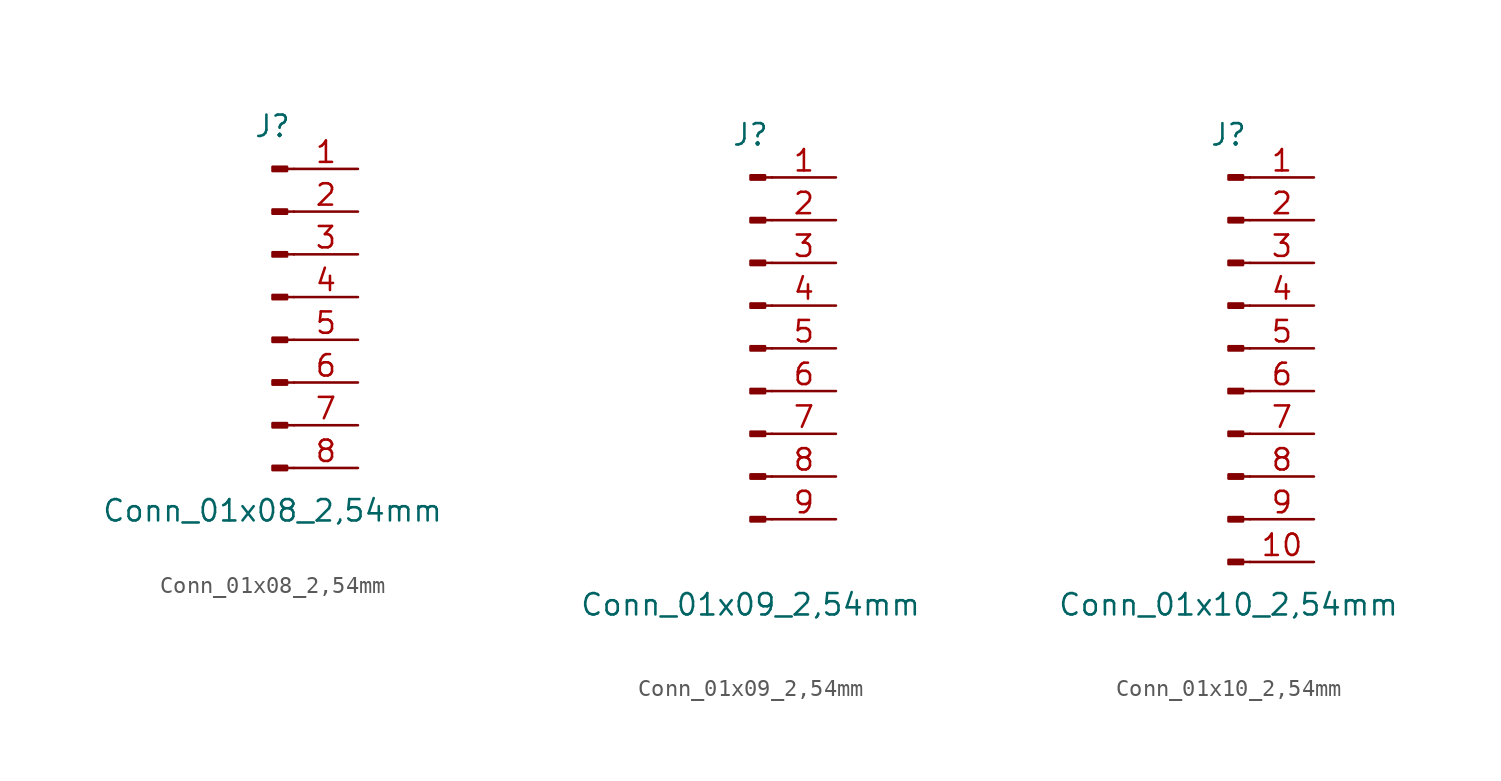
<source format=kicad_sym>
(kicad_symbol_lib
  (version 20211014)
  (generator kicad_symbol_editor)
  (symbol "Conn_01x08_2,54mm"
    (pin_names
      (offset 1.016) hide)
    (property "Reference" "J"
      (at 0 12.7 0)
      (effects (font (size 1.27 1.27))))
    (property "Value" "Conn_01x08_2,54mm"
      (at 0 -10.16 0)
      (effects (font (size 1.27 1.27))))
    (symbol "Conn_01x08_2,54mm_1_1"
      (polyline (pts (xy 1.27 -7.62) (xy 0.864 -7.62)) (stroke (width 0.152) (type default) (color 0 0 0 0)) (fill (type none)))
      (polyline (pts (xy 1.27 -5.08) (xy 0.864 -5.08)) (stroke (width 0.152) (type default) (color 0 0 0 0)) (fill (type none)))
      (polyline (pts (xy 1.27 -2.54) (xy 0.864 -2.54)) (stroke (width 0.152) (type default) (color 0 0 0 0)) (fill (type none)))
      (polyline (pts (xy 1.27 0) (xy 0.864 0)) (stroke (width 0.152) (type default) (color 0 0 0 0)) (fill (type none)))
      (polyline (pts (xy 1.27 2.54) (xy 0.864 2.54)) (stroke (width 0.152) (type default) (color 0 0 0 0)) (fill (type none)))
      (polyline (pts (xy 1.27 5.08) (xy 0.864 5.08)) (stroke (width 0.152) (type default) (color 0 0 0 0)) (fill (type none)))
      (polyline (pts (xy 1.27 7.62) (xy 0.864 7.62)) (stroke (width 0.152) (type default) (color 0 0 0 0)) (fill (type none)))
      (polyline (pts (xy 1.27 10.16) (xy 0.864 10.16)) (stroke (width 0.152) (type default) (color 0 0 0 0)) (fill (type none)))
      (rectangle (start 0.864 -7.493) (end 0 -7.747) (stroke (width 0.152) (type default) (color 0 0 0 0)) (fill (type outline)))
      (rectangle (start 0.864 -4.953) (end 0 -5.207) (stroke (width 0.152) (type default) (color 0 0 0 0)) (fill (type outline)))
      (rectangle (start 0.864 -2.413) (end 0 -2.667) (stroke (width 0.152) (type default) (color 0 0 0 0)) (fill (type outline)))
      (rectangle (start 0.864 0.127) (end 0 -0.127) (stroke (width 0.152) (type default) (color 0 0 0 0)) (fill (type outline)))
      (rectangle (start 0.864 2.667) (end 0 2.413) (stroke (width 0.152) (type default) (color 0 0 0 0)) (fill (type outline)))
      (rectangle (start 0.864 5.207) (end 0 4.953) (stroke (width 0.152) (type default) (color 0 0 0 0)) (fill (type outline)))
      (rectangle (start 0.864 7.747) (end 0 7.493) (stroke (width 0.152) (type default) (color 0 0 0 0)) (fill (type outline)))
      (rectangle (start 0.864 10.287) (end 0 10.033) (stroke (width 0.152) (type default) (color 0 0 0 0)) (fill (type outline)))
      (pin passive line (at 5.08 10.16 180) (length 3.81) (name "Pin_1" (effects (font (size 1.27 1.27)))) (number "1" (effects (font (size 1.27 1.27)))))
      (pin passive line (at 5.08 7.62 180) (length 3.81) (name "Pin_2" (effects (font (size 1.27 1.27)))) (number "2" (effects (font (size 1.27 1.27)))))
      (pin passive line (at 5.08 5.08 180) (length 3.81) (name "Pin_3" (effects (font (size 1.27 1.27)))) (number "3" (effects (font (size 1.27 1.27)))))
      (pin passive line (at 5.08 2.54 180) (length 3.81) (name "Pin_4" (effects (font (size 1.27 1.27)))) (number "4" (effects (font (size 1.27 1.27)))))
      (pin passive line (at 5.08 0 180) (length 3.81) (name "Pin_5" (effects (font (size 1.27 1.27)))) (number "5" (effects (font (size 1.27 1.27)))))
      (pin passive line (at 5.08 -2.54 180) (length 3.81) (name "Pin_6" (effects (font (size 1.27 1.27)))) (number "6" (effects (font (size 1.27 1.27)))))
      (pin passive line (at 5.08 -5.08 180) (length 3.81) (name "Pin_7" (effects (font (size 1.27 1.27)))) (number "7" (effects (font (size 1.27 1.27)))))
      (pin passive line (at 5.08 -7.62 180) (length 3.81) (name "Pin_8" (effects (font (size 1.27 1.27)))) (number "8" (effects (font (size 1.27 1.27)))))))
  (symbol "Conn_01x09_2,54mm"
    (pin_names
      (offset 1.016) hide)
    (property "Reference" "J"
      (at 0 12.7 0)
      (effects (font (size 1.27 1.27))))
    (property "Value" "Conn_01x09_2,54mm"
      (at 0 -15.24 0)
      (effects (font (size 1.27 1.27))))
    (symbol "Conn_01x09_2,54mm_1_1"
      (polyline (pts (xy 1.27 -10.16) (xy 0.864 -10.16)) (stroke (width 0.152) (type default) (color 0 0 0 0)) (fill (type none)))
      (polyline (pts (xy 1.27 -7.62) (xy 0.864 -7.62)) (stroke (width 0.152) (type default) (color 0 0 0 0)) (fill (type none)))
      (polyline (pts (xy 1.27 -5.08) (xy 0.864 -5.08)) (stroke (width 0.152) (type default) (color 0 0 0 0)) (fill (type none)))
      (polyline (pts (xy 1.27 -2.54) (xy 0.864 -2.54)) (stroke (width 0.152) (type default) (color 0 0 0 0)) (fill (type none)))
      (polyline (pts (xy 1.27 0) (xy 0.864 0)) (stroke (width 0.152) (type default) (color 0 0 0 0)) (fill (type none)))
      (polyline (pts (xy 1.27 2.54) (xy 0.864 2.54)) (stroke (width 0.152) (type default) (color 0 0 0 0)) (fill (type none)))
      (polyline (pts (xy 1.27 5.08) (xy 0.864 5.08)) (stroke (width 0.152) (type default) (color 0 0 0 0)) (fill (type none)))
      (polyline (pts (xy 1.27 7.62) (xy 0.864 7.62)) (stroke (width 0.152) (type default) (color 0 0 0 0)) (fill (type none)))
      (polyline (pts (xy 1.27 10.16) (xy 0.864 10.16)) (stroke (width 0.152) (type default) (color 0 0 0 0)) (fill (type none)))
      (rectangle (start 0.864 -10.033) (end 0 -10.287) (stroke (width 0.152) (type default) (color 0 0 0 0)) (fill (type outline)))
      (rectangle (start 0.864 -7.493) (end 0 -7.747) (stroke (width 0.152) (type default) (color 0 0 0 0)) (fill (type outline)))
      (rectangle (start 0.864 -4.953) (end 0 -5.207) (stroke (width 0.152) (type default) (color 0 0 0 0)) (fill (type outline)))
      (rectangle (start 0.864 -2.413) (end 0 -2.667) (stroke (width 0.152) (type default) (color 0 0 0 0)) (fill (type outline)))
      (rectangle (start 0.864 0.127) (end 0 -0.127) (stroke (width 0.152) (type default) (color 0 0 0 0)) (fill (type outline)))
      (rectangle (start 0.864 2.667) (end 0 2.413) (stroke (width 0.152) (type default) (color 0 0 0 0)) (fill (type outline)))
      (rectangle (start 0.864 5.207) (end 0 4.953) (stroke (width 0.152) (type default) (color 0 0 0 0)) (fill (type outline)))
      (rectangle (start 0.864 7.747) (end 0 7.493) (stroke (width 0.152) (type default) (color 0 0 0 0)) (fill (type outline)))
      (rectangle (start 0.864 10.287) (end 0 10.033) (stroke (width 0.152) (type default) (color 0 0 0 0)) (fill (type outline)))
      (pin passive line (at 5.08 10.16 180) (length 3.81) (name "Pin_1" (effects (font (size 1.27 1.27)))) (number "1" (effects (font (size 1.27 1.27)))))
      (pin passive line (at 5.08 7.62 180) (length 3.81) (name "Pin_2" (effects (font (size 1.27 1.27)))) (number "2" (effects (font (size 1.27 1.27)))))
      (pin passive line (at 5.08 5.08 180) (length 3.81) (name "Pin_3" (effects (font (size 1.27 1.27)))) (number "3" (effects (font (size 1.27 1.27)))))
      (pin passive line (at 5.08 2.54 180) (length 3.81) (name "Pin_4" (effects (font (size 1.27 1.27)))) (number "4" (effects (font (size 1.27 1.27)))))
      (pin passive line (at 5.08 0 180) (length 3.81) (name "Pin_5" (effects (font (size 1.27 1.27)))) (number "5" (effects (font (size 1.27 1.27)))))
      (pin passive line (at 5.08 -2.54 180) (length 3.81) (name "Pin_6" (effects (font (size 1.27 1.27)))) (number "6" (effects (font (size 1.27 1.27)))))
      (pin passive line (at 5.08 -5.08 180) (length 3.81) (name "Pin_7" (effects (font (size 1.27 1.27)))) (number "7" (effects (font (size 1.27 1.27)))))
      (pin passive line (at 5.08 -7.62 180) (length 3.81) (name "Pin_8" (effects (font (size 1.27 1.27)))) (number "8" (effects (font (size 1.27 1.27)))))
      (pin passive line (at 5.08 -10.16 180) (length 3.81) (name "Pin_9" (effects (font (size 1.27 1.27)))) (number "9" (effects (font (size 1.27 1.27)))))))
  (symbol "Conn_01x10_2,54mm"
    (pin_names
      (offset 1.016) hide)
    (property "Reference" "J"
      (at 0 12.7 0)
      (effects (font (size 1.27 1.27))))
    (property "Value" "Conn_01x10_2,54mm"
      (at 0 -15.24 0)
      (effects (font (size 1.27 1.27))))
    (symbol "Conn_01x10_2,54mm_1_1"
      (polyline (pts (xy 1.27 -12.7) (xy 0.864 -12.7)) (stroke (width 0.152) (type default) (color 0 0 0 0)) (fill (type none)))
      (polyline (pts (xy 1.27 -10.16) (xy 0.864 -10.16)) (stroke (width 0.152) (type default) (color 0 0 0 0)) (fill (type none)))
      (polyline (pts (xy 1.27 -7.62) (xy 0.864 -7.62)) (stroke (width 0.152) (type default) (color 0 0 0 0)) (fill (type none)))
      (polyline (pts (xy 1.27 -5.08) (xy 0.864 -5.08)) (stroke (width 0.152) (type default) (color 0 0 0 0)) (fill (type none)))
      (polyline (pts (xy 1.27 -2.54) (xy 0.864 -2.54)) (stroke (width 0.152) (type default) (color 0 0 0 0)) (fill (type none)))
      (polyline (pts (xy 1.27 0) (xy 0.864 0)) (stroke (width 0.152) (type default) (color 0 0 0 0)) (fill (type none)))
      (polyline (pts (xy 1.27 2.54) (xy 0.864 2.54)) (stroke (width 0.152) (type default) (color 0 0 0 0)) (fill (type none)))
      (polyline (pts (xy 1.27 5.08) (xy 0.864 5.08)) (stroke (width 0.152) (type default) (color 0 0 0 0)) (fill (type none)))
      (polyline (pts (xy 1.27 7.62) (xy 0.864 7.62)) (stroke (width 0.152) (type default) (color 0 0 0 0)) (fill (type none)))
      (polyline (pts (xy 1.27 10.16) (xy 0.864 10.16)) (stroke (width 0.152) (type default) (color 0 0 0 0)) (fill (type none)))
      (rectangle (start 0.864 -12.573) (end 0 -12.827) (stroke (width 0.152) (type default) (color 0 0 0 0)) (fill (type outline)))
      (rectangle (start 0.864 -10.033) (end 0 -10.287) (stroke (width 0.152) (type default) (color 0 0 0 0)) (fill (type outline)))
      (rectangle (start 0.864 -7.493) (end 0 -7.747) (stroke (width 0.152) (type default) (color 0 0 0 0)) (fill (type outline)))
      (rectangle (start 0.864 -4.953) (end 0 -5.207) (stroke (width 0.152) (type default) (color 0 0 0 0)) (fill (type outline)))
      (rectangle (start 0.864 -2.413) (end 0 -2.667) (stroke (width 0.152) (type default) (color 0 0 0 0)) (fill (type outline)))
      (rectangle (start 0.864 0.127) (end 0 -0.127) (stroke (width 0.152) (type default) (color 0 0 0 0)) (fill (type outline)))
      (rectangle (start 0.864 2.667) (end 0 2.413) (stroke (width 0.152) (type default) (color 0 0 0 0)) (fill (type outline)))
      (rectangle (start 0.864 5.207) (end 0 4.953) (stroke (width 0.152) (type default) (color 0 0 0 0)) (fill (type outline)))
      (rectangle (start 0.864 7.747) (end 0 7.493) (stroke (width 0.152) (type default) (color 0 0 0 0)) (fill (type outline)))
      (rectangle (start 0.864 10.287) (end 0 10.033) (stroke (width 0.152) (type default) (color 0 0 0 0)) (fill (type outline)))
      (pin passive line (at 5.08 10.16 180) (length 3.81) (name "Pin_1" (effects (font (size 1.27 1.27)))) (number "1" (effects (font (size 1.27 1.27)))))
      (pin passive line (at 5.08 -12.7 180) (length 3.81) (name "Pin_10" (effects (font (size 1.27 1.27)))) (number "10" (effects (font (size 1.27 1.27)))))
      (pin passive line (at 5.08 7.62 180) (length 3.81) (name "Pin_2" (effects (font (size 1.27 1.27)))) (number "2" (effects (font (size 1.27 1.27)))))
      (pin passive line (at 5.08 5.08 180) (length 3.81) (name "Pin_3" (effects (font (size 1.27 1.27)))) (number "3" (effects (font (size 1.27 1.27)))))
      (pin passive line (at 5.08 2.54 180) (length 3.81) (name "Pin_4" (effects (font (size 1.27 1.27)))) (number "4" (effects (font (size 1.27 1.27)))))
      (pin passive line (at 5.08 0 180) (length 3.81) (name "Pin_5" (effects (font (size 1.27 1.27)))) (number "5" (effects (font (size 1.27 1.27)))))
      (pin passive line (at 5.08 -2.54 180) (length 3.81) (name "Pin_6" (effects (font (size 1.27 1.27)))) (number "6" (effects (font (size 1.27 1.27)))))
      (pin passive line (at 5.08 -5.08 180) (length 3.81) (name "Pin_7" (effects (font (size 1.27 1.27)))) (number "7" (effects (font (size 1.27 1.27)))))
      (pin passive line (at 5.08 -7.62 180) (length 3.81) (name "Pin_8" (effects (font (size 1.27 1.27)))) (number "8" (effects (font (size 1.27 1.27)))))
      (pin passive line (at 5.08 -10.16 180) (length 3.81) (name "Pin_9" (effects (font (size 1.27 1.27)))) (number "9" (effects (font (size 1.27 1.27))))))))
</source>
